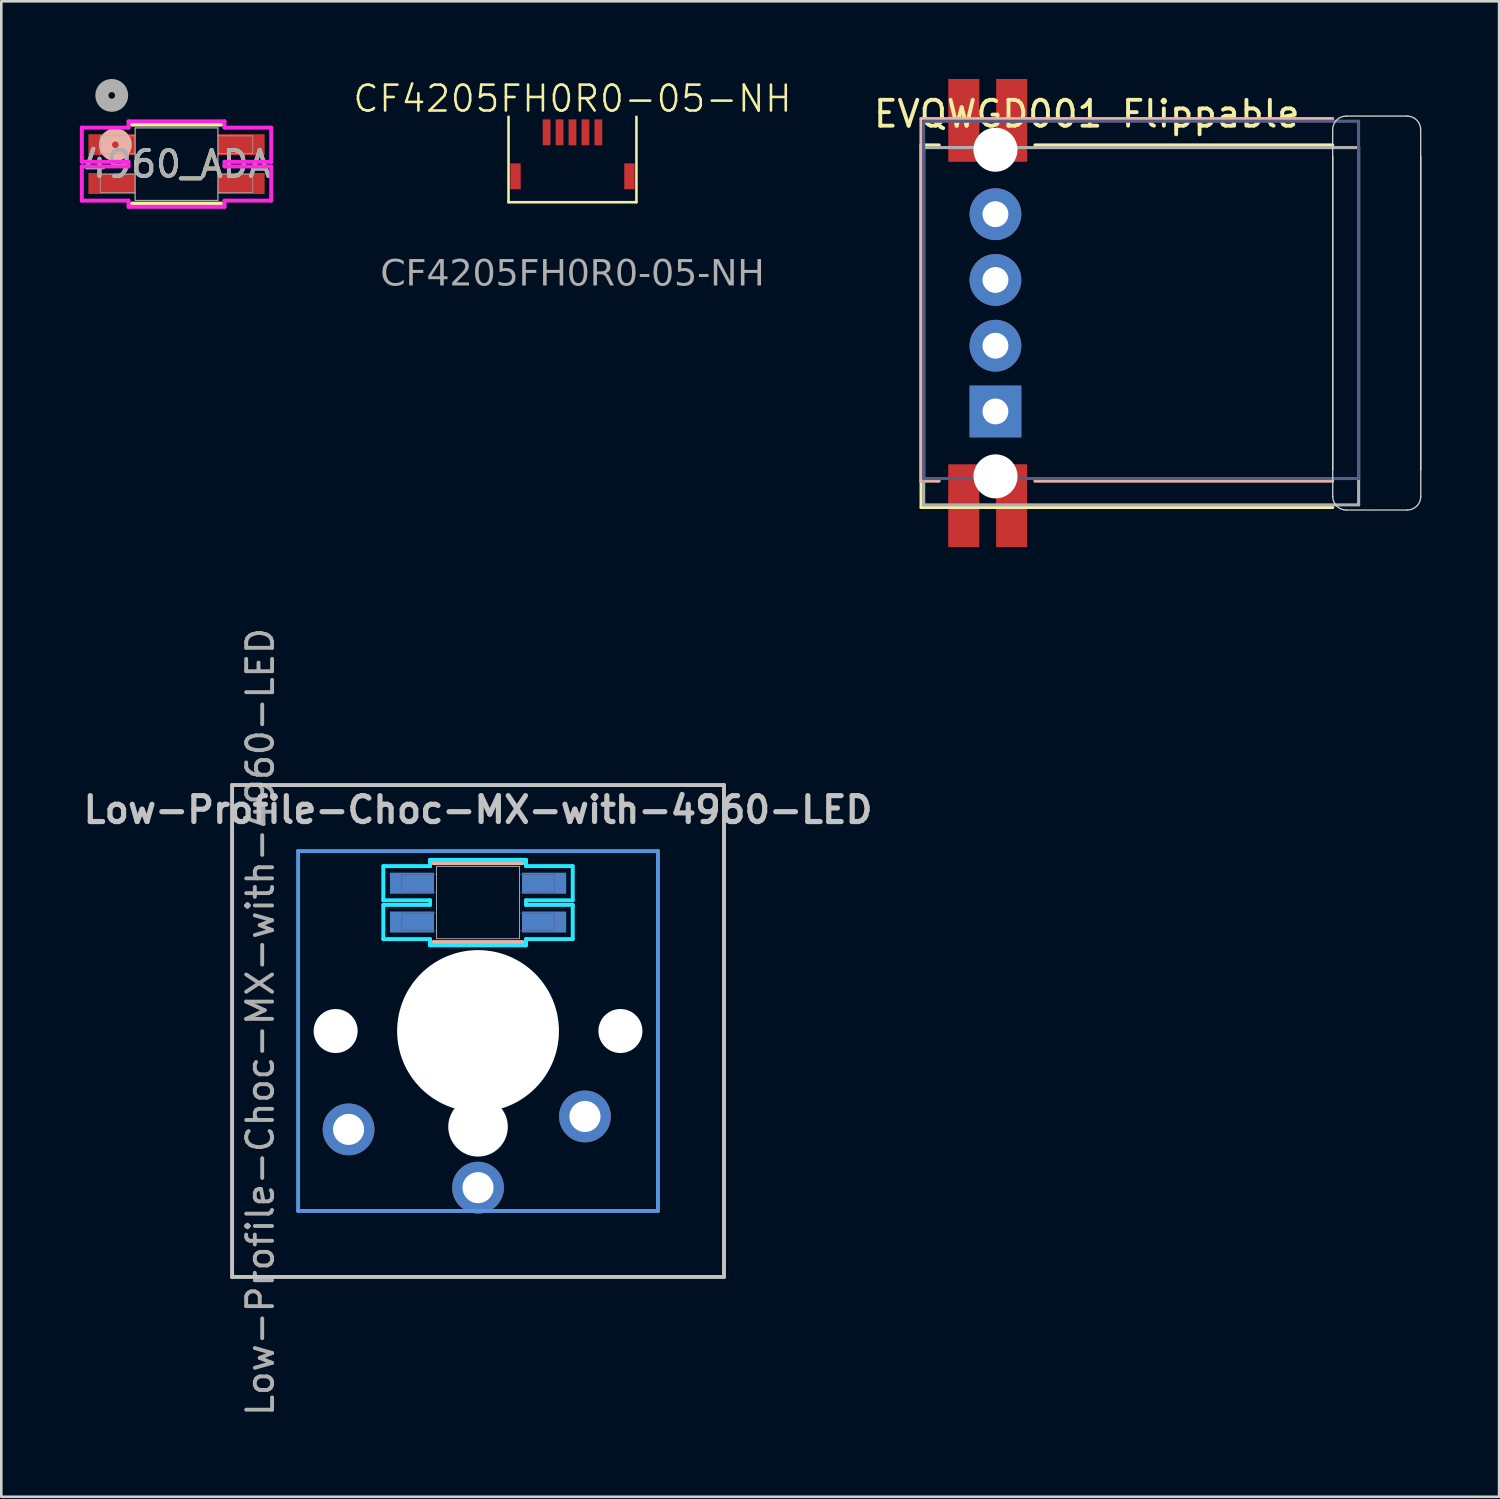
<source format=kicad_pcb>
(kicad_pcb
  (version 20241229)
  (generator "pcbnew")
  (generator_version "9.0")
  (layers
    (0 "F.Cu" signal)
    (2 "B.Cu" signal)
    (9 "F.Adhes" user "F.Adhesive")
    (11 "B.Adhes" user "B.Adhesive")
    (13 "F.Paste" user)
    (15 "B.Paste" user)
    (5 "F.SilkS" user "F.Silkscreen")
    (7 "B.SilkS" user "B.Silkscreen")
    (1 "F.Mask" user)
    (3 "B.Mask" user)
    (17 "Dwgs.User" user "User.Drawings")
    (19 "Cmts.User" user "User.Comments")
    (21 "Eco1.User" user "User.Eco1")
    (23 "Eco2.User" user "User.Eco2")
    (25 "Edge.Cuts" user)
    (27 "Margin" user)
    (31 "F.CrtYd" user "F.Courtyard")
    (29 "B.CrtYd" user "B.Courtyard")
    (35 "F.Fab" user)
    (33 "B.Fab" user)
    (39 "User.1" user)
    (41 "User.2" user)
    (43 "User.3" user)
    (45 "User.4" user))
  (footprint "4960_ADA"
    (layer "F.Cu")
    (at 3.768 3.289)
    (property "Reference" "4960_ADA" (at 0 0 0) (unlocked yes) (layer "F.SilkS") (effects (font (size 1 1) (thickness 0.15))))
    (attr smd)
    (fp_line (start -1.727 -1.524) (end 1.727 -1.524) (stroke (width 0.152) (type solid)) (layer "F.SilkS"))
    (fp_line (start 1.727 1.524) (end -1.727 1.524) (stroke (width 0.152) (type solid)) (layer "F.SilkS"))
    (fp_circle (center -2.362 -0.749) (end -1.981 -0.749) (stroke (width 0.508) (type solid)) (fill no) (layer "B.SilkS"))
    (fp_line (start -1.6 -1.397) (end -1.6 1.397) (stroke (width 0.025) (type solid)) (layer "Edge.Cuts"))
    (fp_line (start -1.6 -1.397) (end 1.6 -1.397) (stroke (width 0.025) (type solid)) (layer "Edge.Cuts"))
    (fp_line (start -1.6 1.397) (end 1.6 1.397) (stroke (width 0.025) (type solid)) (layer "Edge.Cuts"))
    (fp_line (start 1.6 1.397) (end 1.6 -1.397) (stroke (width 0.025) (type solid)) (layer "Edge.Cuts"))
    (fp_line (start -3.658 -1.41) (end -3.658 -0.089) (stroke (width 0.152) (type solid)) (layer "F.CrtYd"))
    (fp_line (start -3.658 -0.089) (end -1.854 -0.089) (stroke (width 0.152) (type solid)) (layer "F.CrtYd"))
    (fp_line (start -3.658 0.089) (end -3.658 1.41) (stroke (width 0.152) (type solid)) (layer "F.CrtYd"))
    (fp_line (start -3.658 1.41) (end -1.854 1.41) (stroke (width 0.152) (type solid)) (layer "F.CrtYd"))
    (fp_line (start -1.854 -1.651) (end -1.854 -1.41) (stroke (width 0.152) (type solid)) (layer "F.CrtYd"))
    (fp_line (start -1.854 -1.41) (end -3.658 -1.41) (stroke (width 0.152) (type solid)) (layer "F.CrtYd"))
    (fp_line (start -1.854 -0.089) (end -1.854 0.089) (stroke (width 0.152) (type solid)) (layer "F.CrtYd"))
    (fp_line (start -1.854 0.089) (end -3.658 0.089) (stroke (width 0.152) (type solid)) (layer "F.CrtYd"))
    (fp_line (start -1.854 1.41) (end -1.854 1.651) (stroke (width 0.152) (type solid)) (layer "F.CrtYd"))
    (fp_line (start -1.854 1.651) (end 1.854 1.651) (stroke (width 0.152) (type solid)) (layer "F.CrtYd"))
    (fp_line (start 1.854 -1.651) (end -1.854 -1.651) (stroke (width 0.152) (type solid)) (layer "F.CrtYd"))
    (fp_line (start 1.854 -1.41) (end 1.854 -1.651) (stroke (width 0.152) (type solid)) (layer "F.CrtYd"))
    (fp_line (start 1.854 -0.089) (end 3.658 -0.089) (stroke (width 0.152) (type solid)) (layer "F.CrtYd"))
    (fp_line (start 1.854 0.089) (end 1.854 -0.089) (stroke (width 0.152) (type solid)) (layer "F.CrtYd"))
    (fp_line (start 1.854 1.41) (end 3.658 1.41) (stroke (width 0.152) (type solid)) (layer "F.CrtYd"))
    (fp_line (start 1.854 1.651) (end 1.854 1.41) (stroke (width 0.152) (type solid)) (layer "F.CrtYd"))
    (fp_line (start 3.658 -1.41) (end 1.854 -1.41) (stroke (width 0.152) (type solid)) (layer "F.CrtYd"))
    (fp_line (start 3.658 -0.089) (end 3.658 -1.41) (stroke (width 0.152) (type solid)) (layer "F.CrtYd"))
    (fp_line (start 3.658 0.089) (end 1.854 0.089) (stroke (width 0.152) (type solid)) (layer "F.CrtYd"))
    (fp_line (start 3.658 1.41) (end 3.658 0.089) (stroke (width 0.152) (type solid)) (layer "F.CrtYd"))
    (fp_line (start -2.946 -1.092) (end -2.946 -0.406) (stroke (width 0.025) (type solid)) (layer "F.Fab"))
    (fp_line (start -2.946 -0.406) (end -1.6 -0.406) (stroke (width 0.025) (type solid)) (layer "F.Fab"))
    (fp_line (start -2.946 0.406) (end -2.946 1.092) (stroke (width 0.025) (type solid)) (layer "F.Fab"))
    (fp_line (start -2.946 1.092) (end -1.6 1.092) (stroke (width 0.025) (type solid)) (layer "F.Fab"))
    (fp_line (start -1.6 -1.397) (end -1.6 1.397) (stroke (width 0.025) (type solid)) (layer "F.Fab"))
    (fp_line (start -1.6 -1.092) (end -2.946 -1.092) (stroke (width 0.025) (type solid)) (layer "F.Fab"))
    (fp_line (start -1.6 0.406) (end -2.946 0.406) (stroke (width 0.025) (type solid)) (layer "F.Fab"))
    (fp_line (start -1.6 1.397) (end 1.6 1.397) (stroke (width 0.025) (type solid)) (layer "F.Fab"))
    (fp_line (start 1.6 -1.397) (end -1.6 -1.397) (stroke (width 0.025) (type solid)) (layer "F.Fab"))
    (fp_line (start 1.6 -0.406) (end 2.946 -0.406) (stroke (width 0.025) (type solid)) (layer "F.Fab"))
    (fp_line (start 1.6 1.092) (end 2.946 1.092) (stroke (width 0.025) (type solid)) (layer "F.Fab"))
    (fp_line (start 1.6 1.397) (end 1.6 -1.397) (stroke (width 0.025) (type solid)) (layer "F.Fab"))
    (fp_line (start 2.946 -1.092) (end 1.6 -1.092) (stroke (width 0.025) (type solid)) (layer "F.Fab"))
    (fp_line (start 2.946 -0.406) (end 2.946 -1.092) (stroke (width 0.025) (type solid)) (layer "F.Fab"))
    (fp_line (start 2.946 0.406) (end 1.6 0.406) (stroke (width 0.025) (type solid)) (layer "F.Fab"))
    (fp_line (start 2.946 1.092) (end 2.946 0.406) (stroke (width 0.025) (type solid)) (layer "F.Fab"))
    (fp_circle (center -2.502 -2.654) (end -2.121 -2.654) (stroke (width 0.508) (type solid)) (fill no) (layer "F.Fab"))
    (fp_text user "${REFERENCE}" (at 0 0 0) (unlocked yes) (layer "F.Fab") (effects (font (size 1 1) (thickness 0.15))))
    (pad "1" smd rect (at -2.502 -0.749) (size 1.803 0.813) (layers "F.Cu" "F.Mask" "F.Paste"))
    (pad "2" smd rect (at -2.502 0.749) (size 1.803 0.813) (layers "F.Cu" "F.Mask" "F.Paste"))
    (pad "3" smd rect (at 2.502 0.749) (size 1.803 0.813) (layers "F.Cu" "F.Mask" "F.Paste"))
    (pad "4" smd rect (at 2.502 -0.749) (size 1.803 0.813) (layers "F.Cu" "F.Mask" "F.Paste")))
  (footprint "CF4205FH0R0-05-NH"
    (layer "F.Cu")
    (at 19.062 2.061)
    (property "Reference" "CF4205FH0R0-05-NH" (at 0 -1.3 0) (unlocked yes) (layer "F.SilkS") (effects (font (size 1 1) (thickness 0.1))))
    (attr smd)
    (fp_line (start -2.47 -0.6) (end -2.47 2.7) (stroke (width 0.1) (type default)) (layer "F.SilkS"))
    (fp_line (start -2.47 2.7) (end 2.47 2.7) (stroke (width 0.1) (type default)) (layer "F.SilkS"))
    (fp_line (start 2.47 2.7) (end 2.47 -0.6) (stroke (width 0.1) (type default)) (layer "F.SilkS"))
    (fp_text user "${REFERENCE}" (at 0 5.5 0) (unlocked yes) (layer "F.Fab") (effects (font (face "Mononoki Nerd Font Mono") (size 1 1) (thickness 0.15))))
    (pad "" smd rect (at -2.2 1.7 270) (size 1 0.4) (layers "F.Cu" "F.Mask" "F.Paste"))
    (pad "" smd rect (at 2.2 1.7 270) (size 1 0.4) (layers "F.Cu" "F.Mask" "F.Paste"))
    (pad "1" smd rect (at 1 0 270) (size 1 0.3) (layers "F.Cu" "F.Mask" "F.Paste"))
    (pad "2" smd rect (at 0.5 0 270) (size 1 0.3) (layers "F.Cu" "F.Mask" "F.Paste"))
    (pad "3" smd rect (at 0 0 270) (size 1 0.3) (layers "F.Cu" "F.Mask" "F.Paste"))
    (pad "4" smd rect (at -0.5 0 270) (size 1 0.3) (layers "F.Cu" "F.Mask" "F.Paste"))
    (pad "5" smd rect (at -1 0 270) (size 1 0.3) (layers "F.Cu" "F.Mask" "F.Paste")))
  (footprint "EVQWGD001 Flippable"
    (layer "F.Cu")
    (at 41.527 12.25)
    (property "Reference" "EVQWGD001 Flippable" (at -2.6 -10.9 0) (layer "F.SilkS") (effects (font (size 1 1) (thickness 0.15))))
    (attr through_hole)
    (fp_line (start -9 -9.7) (end -8.3 -9.7) (stroke (width 0.12) (type solid)) (layer "F.SilkS"))
    (fp_line (start -9 4.3) (end -9 -9.7) (stroke (width 0.12) (type solid)) (layer "F.SilkS"))
    (fp_line (start -4.6 -9.7) (end 6.9 -9.7) (stroke (width 0.12) (type solid)) (layer "F.SilkS"))
    (fp_line (start 6.9 4.3) (end -9 4.3) (stroke (width 0.12) (type solid)) (layer "F.SilkS"))
    (fp_line (start -9.003 -10.717) (end -9.003 3.283) (stroke (width 0.12) (type solid)) (layer "B.SilkS"))
    (fp_line (start -9.003 3.283) (end -8.303 3.283) (stroke (width 0.12) (type solid)) (layer "B.SilkS"))
    (fp_line (start -4.603 3.283) (end 6.897 3.283) (stroke (width 0.12) (type solid)) (layer "B.SilkS"))
    (fp_line (start 6.897 -10.717) (end -9.003 -10.717) (stroke (width 0.12) (type solid)) (layer "B.SilkS"))
    (fp_line (start 6.897 2.858) (end 6.897 -10.292) (stroke (width 0.05) (type solid)) (layer "Edge.Cuts"))
    (fp_line (start 6.9 -9.275) (end 6.9 3.875) (stroke (width 0.05) (type solid)) (layer "Edge.Cuts"))
    (fp_line (start 7.422 -10.817) (end 9.772 -10.817) (stroke (width 0.05) (type solid)) (layer "Edge.Cuts"))
    (fp_line (start 7.425 4.4) (end 9.775 4.4) (stroke (width 0.05) (type solid)) (layer "Edge.Cuts"))
    (fp_line (start 10.297 -10.292) (end 10.297 2.858) (stroke (width 0.05) (type solid)) (layer "Edge.Cuts"))
    (fp_line (start 10.3 3.875) (end 10.3 -9.275) (stroke (width 0.05) (type solid)) (layer "Edge.Cuts"))
    (fp_arc (start 6.897 -10.2916) (mid 7.050769 -10.662831) (end 7.422 -10.8166) (stroke (width 0.05) (type solid)) (layer "Edge.Cuts"))
    (fp_arc (start 7.425 4.4) (mid 7.053769 4.246231) (end 6.9 3.875) (stroke (width 0.05) (type solid)) (layer "Edge.Cuts"))
    (fp_arc (start 9.772 -10.8166) (mid 10.143231 -10.662831) (end 10.297 -10.2916) (stroke (width 0.05) (type solid)) (layer "Edge.Cuts"))
    (fp_arc (start 10.3 3.875) (mid 10.146231 4.246231) (end 9.775 4.4) (stroke (width 0.05) (type solid)) (layer "Edge.Cuts"))
    (fp_line (start -8.903 -10.617) (end -8.903 3.183) (stroke (width 0.12) (type solid)) (layer "B.Fab"))
    (fp_line (start -8.903 3.183) (end 7.897 3.183) (stroke (width 0.12) (type solid)) (layer "B.Fab"))
    (fp_line (start 7.897 -10.617) (end -8.903 -10.617) (stroke (width 0.12) (type solid)) (layer "B.Fab"))
    (fp_line (start 7.897 3.183) (end 7.897 -10.617) (stroke (width 0.12) (type solid)) (layer "B.Fab"))
    (fp_line (start -8.9 -9.6) (end 7.9 -9.6) (stroke (width 0.12) (type solid)) (layer "F.Fab"))
    (fp_line (start -8.9 4.2) (end -8.9 -9.6) (stroke (width 0.12) (type solid)) (layer "F.Fab"))
    (fp_line (start 7.9 -9.6) (end 7.9 4.2) (stroke (width 0.12) (type solid)) (layer "F.Fab"))
    (fp_line (start 7.9 4.2) (end -8.9 4.2) (stroke (width 0.12) (type solid)) (layer "F.Fab"))
    (pad "" np_thru_hole circle (at -6.128 -9.517 180) (size 1.7 1.7) (drill 1.7) (layers "*.Cu" "*.Mask"))
    (pad "" np_thru_hole circle (at -6.125 3.1) (size 1.7 1.7) (drill 1.7) (layers "*.Cu" "*.Mask"))
    (pad "A" thru_hole rect (at -6.128 0.593 180) (size 2 2) (drill 1) (layers "*.Cu" "*.Mask"))
    (pad "B" thru_hole circle (at -6.128 -1.947 180) (size 2 2) (drill 1) (layers "*.Cu" "*.Mask"))
    (pad "C" thru_hole circle (at -6.128 -4.487 180) (size 2 2) (drill 1) (layers "*.Cu" "*.Mask"))
    (pad "D" thru_hole circle (at -6.128 -7.027 180) (size 2 2) (drill 1) (layers "*.Cu" "*.Mask"))
    (pad "S1" smd rect (at -7.353 4.233 180) (size 1.2 3.2) (layers "F.Cu" "B.Mask" "B.Paste"))
    (pad "S1" smd rect (at -7.35 -10.65) (size 1.2 3.2) (layers "F.Cu" "F.Mask" "F.Paste"))
    (pad "S2" smd rect (at -5.503 4.233 180) (size 1.2 3.2) (layers "F.Cu" "B.Mask" "B.Paste"))
    (pad "S2" smd rect (at -5.5 -10.65) (size 1.2 3.2) (layers "F.Cu" "F.Mask" "F.Paste")))
  (footprint "Low-Profile-Choc-MX-with-4960-LED"
    (layer "F.Cu")
    (at 15.414 36.773)
    (property "Reference" "Low-Profile-Choc-MX-with-4960-LED" (at 0 -8.544 180) (layer "Dwgs.User") (effects (font (size 1 1) (thickness 0.2))))
    (attr through_hole)
    (fp_line (start -1.727 -3.436) (end 1.727 -3.436) (stroke (width 0.152) (type solid)) (layer "B.SilkS"))
    (fp_line (start 1.727 -6.484) (end -1.727 -6.484) (stroke (width 0.152) (type solid)) (layer "B.SilkS"))
    (fp_line (start -9.5 -9.5) (end 9.5 -9.5) (stroke (width 0.152) (type solid)) (layer "Dwgs.User"))
    (fp_line (start -9.5 9.5) (end -9.5 -9.5) (stroke (width 0.152) (type solid)) (layer "Dwgs.User"))
    (fp_line (start 9.5 -9.5) (end 9.5 9.5) (stroke (width 0.152) (type solid)) (layer "Dwgs.User"))
    (fp_line (start 9.5 9.5) (end -9.5 9.5) (stroke (width 0.152) (type solid)) (layer "Dwgs.User"))
    (fp_line (start -6.95 -6.95) (end 6.95 -6.95) (stroke (width 0.152) (type solid)) (layer "Cmts.User"))
    (fp_line (start -6.95 6.95) (end -6.95 -6.95) (stroke (width 0.152) (type solid)) (layer "Cmts.User"))
    (fp_line (start 6.95 -6.95) (end 6.95 6.95) (stroke (width 0.152) (type solid)) (layer "Cmts.User"))
    (fp_line (start 6.95 6.95) (end -6.95 6.95) (stroke (width 0.152) (type solid)) (layer "Cmts.User"))
    (fp_line (start -7.5 -7.5) (end 7.5 -7.5) (stroke (width 0.152) (type solid)) (layer "Eco2.User"))
    (fp_line (start -7.5 7.5) (end -7.5 -7.5) (stroke (width 0.152) (type solid)) (layer "Eco2.User"))
    (fp_line (start 7.5 -7.5) (end 7.5 7.5) (stroke (width 0.152) (type solid)) (layer "Eco2.User"))
    (fp_line (start 7.5 7.5) (end -7.5 7.5) (stroke (width 0.152) (type solid)) (layer "Eco2.User"))
    (fp_line (start -1.6 -6.357) (end 1.6 -6.357) (stroke (width 0.025) (type solid)) (layer "Edge.Cuts"))
    (fp_line (start -1.6 -3.563) (end -1.6 -6.357) (stroke (width 0.025) (type solid)) (layer "Edge.Cuts"))
    (fp_line (start -1.6 -3.563) (end 1.6 -3.563) (stroke (width 0.025) (type solid)) (layer "Edge.Cuts"))
    (fp_line (start 1.6 -6.357) (end 1.6 -3.563) (stroke (width 0.025) (type solid)) (layer "Edge.Cuts"))
    (fp_line (start -3.658 -6.369) (end -1.854 -6.369) (stroke (width 0.152) (type solid)) (layer "B.CrtYd"))
    (fp_line (start -3.658 -5.049) (end -3.658 -6.369) (stroke (width 0.152) (type solid)) (layer "B.CrtYd"))
    (fp_line (start -3.658 -4.871) (end -1.854 -4.871) (stroke (width 0.152) (type solid)) (layer "B.CrtYd"))
    (fp_line (start -3.658 -3.55) (end -3.658 -4.871) (stroke (width 0.152) (type solid)) (layer "B.CrtYd"))
    (fp_line (start -1.854 -6.611) (end 1.854 -6.611) (stroke (width 0.152) (type solid)) (layer "B.CrtYd"))
    (fp_line (start -1.854 -6.369) (end -1.854 -6.611) (stroke (width 0.152) (type solid)) (layer "B.CrtYd"))
    (fp_line (start -1.854 -5.049) (end -3.658 -5.049) (stroke (width 0.152) (type solid)) (layer "B.CrtYd"))
    (fp_line (start -1.854 -4.871) (end -1.854 -5.049) (stroke (width 0.152) (type solid)) (layer "B.CrtYd"))
    (fp_line (start -1.854 -3.55) (end -3.658 -3.55) (stroke (width 0.152) (type solid)) (layer "B.CrtYd"))
    (fp_line (start -1.854 -3.309) (end -1.854 -3.55) (stroke (width 0.152) (type solid)) (layer "B.CrtYd"))
    (fp_line (start 1.854 -6.611) (end 1.854 -6.369) (stroke (width 0.152) (type solid)) (layer "B.CrtYd"))
    (fp_line (start 1.854 -6.369) (end 3.658 -6.369) (stroke (width 0.152) (type solid)) (layer "B.CrtYd"))
    (fp_line (start 1.854 -5.049) (end 1.854 -4.871) (stroke (width 0.152) (type solid)) (layer "B.CrtYd"))
    (fp_line (start 1.854 -4.871) (end 3.658 -4.871) (stroke (width 0.152) (type solid)) (layer "B.CrtYd"))
    (fp_line (start 1.854 -3.55) (end 1.854 -3.309) (stroke (width 0.152) (type solid)) (layer "B.CrtYd"))
    (fp_line (start 1.854 -3.309) (end -1.854 -3.309) (stroke (width 0.152) (type solid)) (layer "B.CrtYd"))
    (fp_line (start 3.658 -6.369) (end 3.658 -5.049) (stroke (width 0.152) (type solid)) (layer "B.CrtYd"))
    (fp_line (start 3.658 -5.049) (end 1.854 -5.049) (stroke (width 0.152) (type solid)) (layer "B.CrtYd"))
    (fp_line (start 3.658 -4.871) (end 3.658 -3.55) (stroke (width 0.152) (type solid)) (layer "B.CrtYd"))
    (fp_line (start 3.658 -3.55) (end 1.854 -3.55) (stroke (width 0.152) (type solid)) (layer "B.CrtYd"))
    (fp_line (start -2.946 -6.052) (end -1.6 -6.052) (stroke (width 0.025) (type solid)) (layer "B.Fab"))
    (fp_line (start -2.946 -5.366) (end -2.946 -6.052) (stroke (width 0.025) (type solid)) (layer "B.Fab"))
    (fp_line (start -2.946 -4.553) (end -1.6 -4.553) (stroke (width 0.025) (type solid)) (layer "B.Fab"))
    (fp_line (start -2.946 -3.868) (end -2.946 -4.553) (stroke (width 0.025) (type solid)) (layer "B.Fab"))
    (fp_line (start -1.6 -6.357) (end 1.6 -6.357) (stroke (width 0.025) (type solid)) (layer "B.Fab"))
    (fp_line (start -1.6 -5.366) (end -2.946 -5.366) (stroke (width 0.025) (type solid)) (layer "B.Fab"))
    (fp_line (start -1.6 -3.868) (end -2.946 -3.868) (stroke (width 0.025) (type solid)) (layer "B.Fab"))
    (fp_line (start -1.6 -3.563) (end -1.6 -6.357) (stroke (width 0.025) (type solid)) (layer "B.Fab"))
    (fp_line (start 1.6 -6.357) (end 1.6 -3.563) (stroke (width 0.025) (type solid)) (layer "B.Fab"))
    (fp_line (start 1.6 -6.052) (end 2.946 -6.052) (stroke (width 0.025) (type solid)) (layer "B.Fab"))
    (fp_line (start 1.6 -4.553) (end 2.946 -4.553) (stroke (width 0.025) (type solid)) (layer "B.Fab"))
    (fp_line (start 1.6 -3.563) (end -1.6 -3.563) (stroke (width 0.025) (type solid)) (layer "B.Fab"))
    (fp_line (start 2.946 -6.052) (end 2.946 -5.366) (stroke (width 0.025) (type solid)) (layer "B.Fab"))
    (fp_line (start 2.946 -5.366) (end 1.6 -5.366) (stroke (width 0.025) (type solid)) (layer "B.Fab"))
    (fp_line (start 2.946 -4.553) (end 2.946 -3.868) (stroke (width 0.025) (type solid)) (layer "B.Fab"))
    (fp_line (start 2.946 -3.868) (end 1.6 -3.868) (stroke (width 0.025) (type solid)) (layer "B.Fab"))
    (fp_text user "${REFERENCE}" (at -8.41 -0.35 90) (unlocked yes) (layer "F.Fab") (effects (font (size 1 1) (thickness 0.15))))
    (pad "" np_thru_hole circle (at -5.5 0 41.9) (size 1.7 1.7) (drill 1.7) (layers "*.Cu" "*.Mask"))
    (pad "" np_thru_hole circle (at 0 0 180) (size 6.25 6.25) (drill 6.25) (layers "*.Cu" "*.Mask"))
    (pad "" np_thru_hole circle (at 0 3.7 180) (size 2.3 2.3) (drill 2.3) (layers "*.Cu" "*.Mask"))
    (pad "" np_thru_hole circle (at 5.5 0 41.9) (size 1.7 1.7) (drill 1.7) (layers "*.Cu" "*.Mask"))
    (pad "1" thru_hole circle (at 0 6.05 180) (size 2 2) (drill 1.2) (layers "*.Cu" "*.Mask"))
    (pad "2" thru_hole circle (at -5 3.8 41.9) (size 2 2) (drill 1.2) (layers "*.Cu" "*.Mask"))
    (pad "2" thru_hole circle (at 4.13 3.3 41.9) (size 2 2) (drill 1.2) (layers "*.Cu" "*.Mask"))
    (pad "3" smd rect (at -2.552 -4.21 180) (size 1.704 0.813) (layers "B.Cu" "B.Mask" "B.Paste"))
    (pad "4" smd rect (at -2.552 -5.709 180) (size 1.704 0.813) (layers "B.Cu" "B.Mask" "B.Paste"))
    (pad "5" smd rect (at 2.552 -5.709 180) (size 1.704 0.813) (layers "B.Cu" "B.Mask" "B.Paste"))
    (pad "6" smd rect (at 2.552 -4.21 180) (size 1.704 0.813) (layers "B.Cu" "B.Mask" "B.Paste")))
  (gr_rect
    (start -3 -3)
    (end 54.852 54.762)
    (stroke (width 0.1) (type default))
    (fill no)
    (layer "Edge.Cuts")))
</source>
